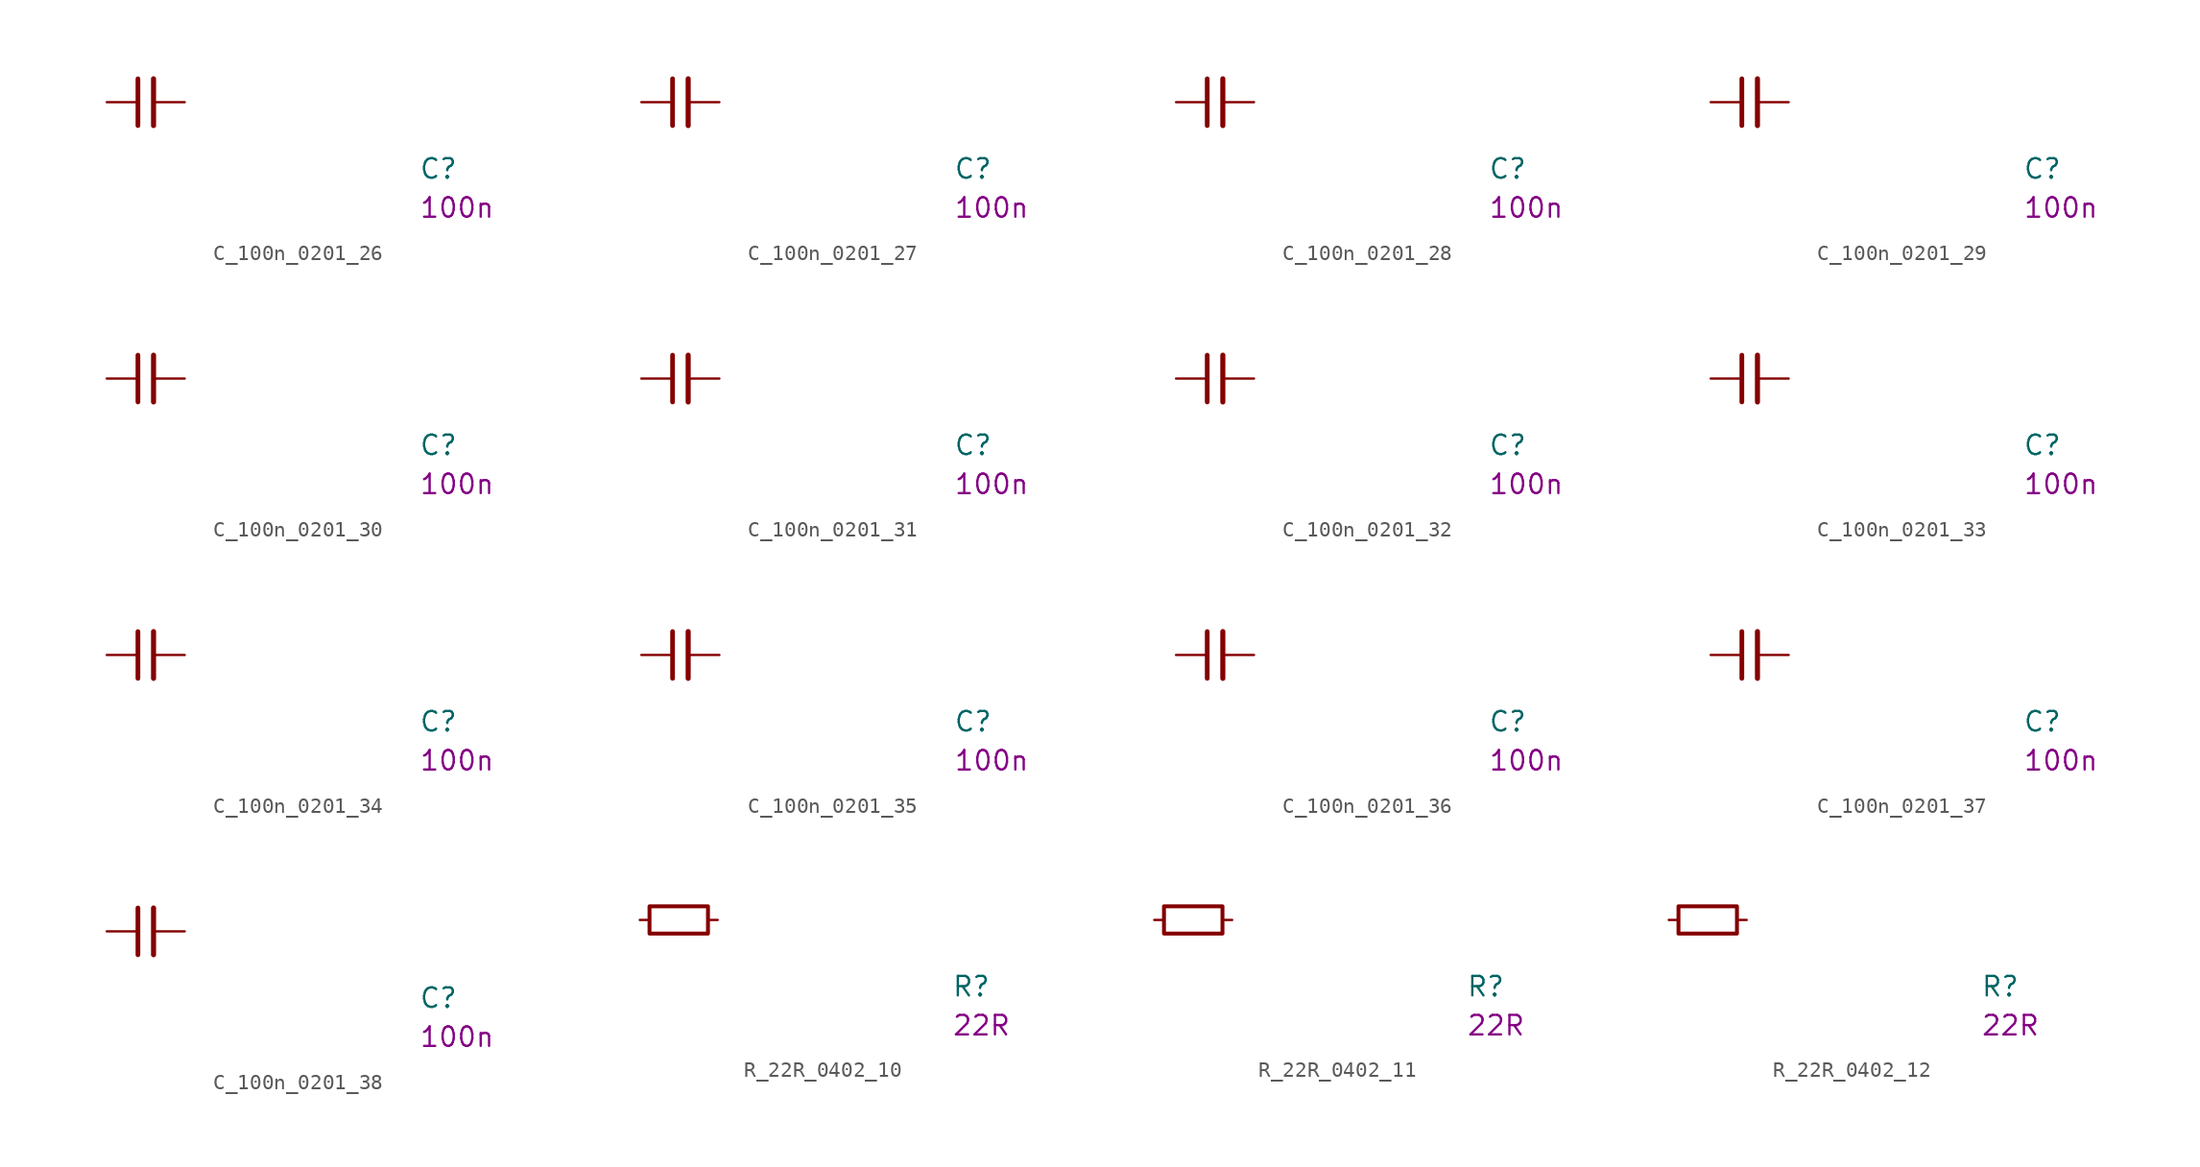
<source format=kicad_sym>
(kicad_symbol_lib
  (version 20211014)
  (generator kicad_symbol_editor)
  (symbol "data-center-rdimm-ddr5-tester:C_100n_0201_26"
    (pin_numbers hide)
    (pin_names hide)
    (property "Reference" "C"
      (at 20.32 -5.08 0)
      (effects (font (size 1.27 1.27) (thickness 0.15)) (justify left bottom)))
    (property "Val" "100n"
      (at 20.32 -7.62 0)
      (effects (font (size 1.27 1.27) (thickness 0.15)) (justify left bottom)))
    (symbol "C_100n_0201_26_0_1"
      (polyline (pts (xy 2.032 -1.524) (xy 2.032 1.524)) (stroke (width 0.305) (type default)) (fill (type none)))
      (polyline (pts (xy 3.048 -1.524) (xy 3.048 1.524)) (stroke (width 0.33) (type default)) (fill (type none))))
    (symbol "C_100n_0201_26_1_1"
      (pin passive line (at 0 0 0) (length 2.032) (name "~" (effects (font (size 1.27 1.27)))) (number "1" (effects (font (size 1.27 1.27)))))
      (pin passive line (at 5.08 0 180) (length 2.032) (name "~" (effects (font (size 1.27 1.27)))) (number "2" (effects (font (size 1.27 1.27)))))))
  (symbol "data-center-rdimm-ddr5-tester:C_100n_0201_27"
    (pin_numbers hide)
    (pin_names hide)
    (property "Reference" "C"
      (at 20.32 -5.08 0)
      (effects (font (size 1.27 1.27) (thickness 0.15)) (justify left bottom)))
    (property "Val" "100n"
      (at 20.32 -7.62 0)
      (effects (font (size 1.27 1.27) (thickness 0.15)) (justify left bottom)))
    (symbol "C_100n_0201_27_0_1"
      (polyline (pts (xy 2.032 -1.524) (xy 2.032 1.524)) (stroke (width 0.305) (type default)) (fill (type none)))
      (polyline (pts (xy 3.048 -1.524) (xy 3.048 1.524)) (stroke (width 0.33) (type default)) (fill (type none))))
    (symbol "C_100n_0201_27_1_1"
      (pin passive line (at 0 0 0) (length 2.032) (name "~" (effects (font (size 1.27 1.27)))) (number "1" (effects (font (size 1.27 1.27)))))
      (pin passive line (at 5.08 0 180) (length 2.032) (name "~" (effects (font (size 1.27 1.27)))) (number "2" (effects (font (size 1.27 1.27)))))))
  (symbol "data-center-rdimm-ddr5-tester:C_100n_0201_28"
    (pin_numbers hide)
    (pin_names hide)
    (property "Reference" "C"
      (at 20.32 -5.08 0)
      (effects (font (size 1.27 1.27) (thickness 0.15)) (justify left bottom)))
    (property "Val" "100n"
      (at 20.32 -7.62 0)
      (effects (font (size 1.27 1.27) (thickness 0.15)) (justify left bottom)))
    (symbol "C_100n_0201_28_0_1"
      (polyline (pts (xy 2.032 -1.524) (xy 2.032 1.524)) (stroke (width 0.305) (type default)) (fill (type none)))
      (polyline (pts (xy 3.048 -1.524) (xy 3.048 1.524)) (stroke (width 0.33) (type default)) (fill (type none))))
    (symbol "C_100n_0201_28_1_1"
      (pin passive line (at 0 0 0) (length 2.032) (name "~" (effects (font (size 1.27 1.27)))) (number "1" (effects (font (size 1.27 1.27)))))
      (pin passive line (at 5.08 0 180) (length 2.032) (name "~" (effects (font (size 1.27 1.27)))) (number "2" (effects (font (size 1.27 1.27)))))))
  (symbol "data-center-rdimm-ddr5-tester:C_100n_0201_29"
    (pin_numbers hide)
    (pin_names hide)
    (property "Reference" "C"
      (at 20.32 -5.08 0)
      (effects (font (size 1.27 1.27) (thickness 0.15)) (justify left bottom)))
    (property "Val" "100n"
      (at 20.32 -7.62 0)
      (effects (font (size 1.27 1.27) (thickness 0.15)) (justify left bottom)))
    (symbol "C_100n_0201_29_0_1"
      (polyline (pts (xy 2.032 -1.524) (xy 2.032 1.524)) (stroke (width 0.305) (type default)) (fill (type none)))
      (polyline (pts (xy 3.048 -1.524) (xy 3.048 1.524)) (stroke (width 0.33) (type default)) (fill (type none))))
    (symbol "C_100n_0201_29_1_1"
      (pin passive line (at 0 0 0) (length 2.032) (name "~" (effects (font (size 1.27 1.27)))) (number "1" (effects (font (size 1.27 1.27)))))
      (pin passive line (at 5.08 0 180) (length 2.032) (name "~" (effects (font (size 1.27 1.27)))) (number "2" (effects (font (size 1.27 1.27)))))))
  (symbol "data-center-rdimm-ddr5-tester:C_100n_0201_30"
    (pin_numbers hide)
    (pin_names hide)
    (property "Reference" "C"
      (at 20.32 -5.08 0)
      (effects (font (size 1.27 1.27) (thickness 0.15)) (justify left bottom)))
    (property "Val" "100n"
      (at 20.32 -7.62 0)
      (effects (font (size 1.27 1.27) (thickness 0.15)) (justify left bottom)))
    (symbol "C_100n_0201_30_0_1"
      (polyline (pts (xy 2.032 -1.524) (xy 2.032 1.524)) (stroke (width 0.305) (type default)) (fill (type none)))
      (polyline (pts (xy 3.048 -1.524) (xy 3.048 1.524)) (stroke (width 0.33) (type default)) (fill (type none))))
    (symbol "C_100n_0201_30_1_1"
      (pin passive line (at 0 0 0) (length 2.032) (name "~" (effects (font (size 1.27 1.27)))) (number "1" (effects (font (size 1.27 1.27)))))
      (pin passive line (at 5.08 0 180) (length 2.032) (name "~" (effects (font (size 1.27 1.27)))) (number "2" (effects (font (size 1.27 1.27)))))))
  (symbol "data-center-rdimm-ddr5-tester:C_100n_0201_31"
    (pin_numbers hide)
    (pin_names hide)
    (property "Reference" "C"
      (at 20.32 -5.08 0)
      (effects (font (size 1.27 1.27) (thickness 0.15)) (justify left bottom)))
    (property "Val" "100n"
      (at 20.32 -7.62 0)
      (effects (font (size 1.27 1.27) (thickness 0.15)) (justify left bottom)))
    (symbol "C_100n_0201_31_0_1"
      (polyline (pts (xy 2.032 -1.524) (xy 2.032 1.524)) (stroke (width 0.305) (type default)) (fill (type none)))
      (polyline (pts (xy 3.048 -1.524) (xy 3.048 1.524)) (stroke (width 0.33) (type default)) (fill (type none))))
    (symbol "C_100n_0201_31_1_1"
      (pin passive line (at 0 0 0) (length 2.032) (name "~" (effects (font (size 1.27 1.27)))) (number "1" (effects (font (size 1.27 1.27)))))
      (pin passive line (at 5.08 0 180) (length 2.032) (name "~" (effects (font (size 1.27 1.27)))) (number "2" (effects (font (size 1.27 1.27)))))))
  (symbol "data-center-rdimm-ddr5-tester:C_100n_0201_32"
    (pin_numbers hide)
    (pin_names hide)
    (property "Reference" "C"
      (at 20.32 -5.08 0)
      (effects (font (size 1.27 1.27) (thickness 0.15)) (justify left bottom)))
    (property "Val" "100n"
      (at 20.32 -7.62 0)
      (effects (font (size 1.27 1.27) (thickness 0.15)) (justify left bottom)))
    (symbol "C_100n_0201_32_0_1"
      (polyline (pts (xy 2.032 -1.524) (xy 2.032 1.524)) (stroke (width 0.305) (type default)) (fill (type none)))
      (polyline (pts (xy 3.048 -1.524) (xy 3.048 1.524)) (stroke (width 0.33) (type default)) (fill (type none))))
    (symbol "C_100n_0201_32_1_1"
      (pin passive line (at 0 0 0) (length 2.032) (name "~" (effects (font (size 1.27 1.27)))) (number "1" (effects (font (size 1.27 1.27)))))
      (pin passive line (at 5.08 0 180) (length 2.032) (name "~" (effects (font (size 1.27 1.27)))) (number "2" (effects (font (size 1.27 1.27)))))))
  (symbol "data-center-rdimm-ddr5-tester:C_100n_0201_33"
    (pin_numbers hide)
    (pin_names hide)
    (property "Reference" "C"
      (at 20.32 -5.08 0)
      (effects (font (size 1.27 1.27) (thickness 0.15)) (justify left bottom)))
    (property "Val" "100n"
      (at 20.32 -7.62 0)
      (effects (font (size 1.27 1.27) (thickness 0.15)) (justify left bottom)))
    (symbol "C_100n_0201_33_0_1"
      (polyline (pts (xy 2.032 -1.524) (xy 2.032 1.524)) (stroke (width 0.305) (type default)) (fill (type none)))
      (polyline (pts (xy 3.048 -1.524) (xy 3.048 1.524)) (stroke (width 0.33) (type default)) (fill (type none))))
    (symbol "C_100n_0201_33_1_1"
      (pin passive line (at 0 0 0) (length 2.032) (name "~" (effects (font (size 1.27 1.27)))) (number "1" (effects (font (size 1.27 1.27)))))
      (pin passive line (at 5.08 0 180) (length 2.032) (name "~" (effects (font (size 1.27 1.27)))) (number "2" (effects (font (size 1.27 1.27)))))))
  (symbol "data-center-rdimm-ddr5-tester:C_100n_0201_34"
    (pin_numbers hide)
    (pin_names hide)
    (property "Reference" "C"
      (at 20.32 -5.08 0)
      (effects (font (size 1.27 1.27) (thickness 0.15)) (justify left bottom)))
    (property "Val" "100n"
      (at 20.32 -7.62 0)
      (effects (font (size 1.27 1.27) (thickness 0.15)) (justify left bottom)))
    (symbol "C_100n_0201_34_0_1"
      (polyline (pts (xy 2.032 -1.524) (xy 2.032 1.524)) (stroke (width 0.305) (type default)) (fill (type none)))
      (polyline (pts (xy 3.048 -1.524) (xy 3.048 1.524)) (stroke (width 0.33) (type default)) (fill (type none))))
    (symbol "C_100n_0201_34_1_1"
      (pin passive line (at 0 0 0) (length 2.032) (name "~" (effects (font (size 1.27 1.27)))) (number "1" (effects (font (size 1.27 1.27)))))
      (pin passive line (at 5.08 0 180) (length 2.032) (name "~" (effects (font (size 1.27 1.27)))) (number "2" (effects (font (size 1.27 1.27)))))))
  (symbol "data-center-rdimm-ddr5-tester:C_100n_0201_35"
    (pin_numbers hide)
    (pin_names hide)
    (property "Reference" "C"
      (at 20.32 -5.08 0)
      (effects (font (size 1.27 1.27) (thickness 0.15)) (justify left bottom)))
    (property "Val" "100n"
      (at 20.32 -7.62 0)
      (effects (font (size 1.27 1.27) (thickness 0.15)) (justify left bottom)))
    (symbol "C_100n_0201_35_0_1"
      (polyline (pts (xy 2.032 -1.524) (xy 2.032 1.524)) (stroke (width 0.305) (type default)) (fill (type none)))
      (polyline (pts (xy 3.048 -1.524) (xy 3.048 1.524)) (stroke (width 0.33) (type default)) (fill (type none))))
    (symbol "C_100n_0201_35_1_1"
      (pin passive line (at 0 0 0) (length 2.032) (name "~" (effects (font (size 1.27 1.27)))) (number "1" (effects (font (size 1.27 1.27)))))
      (pin passive line (at 5.08 0 180) (length 2.032) (name "~" (effects (font (size 1.27 1.27)))) (number "2" (effects (font (size 1.27 1.27)))))))
  (symbol "data-center-rdimm-ddr5-tester:C_100n_0201_36"
    (pin_numbers hide)
    (pin_names hide)
    (property "Reference" "C"
      (at 20.32 -5.08 0)
      (effects (font (size 1.27 1.27) (thickness 0.15)) (justify left bottom)))
    (property "Val" "100n"
      (at 20.32 -7.62 0)
      (effects (font (size 1.27 1.27) (thickness 0.15)) (justify left bottom)))
    (symbol "C_100n_0201_36_0_1"
      (polyline (pts (xy 2.032 -1.524) (xy 2.032 1.524)) (stroke (width 0.305) (type default)) (fill (type none)))
      (polyline (pts (xy 3.048 -1.524) (xy 3.048 1.524)) (stroke (width 0.33) (type default)) (fill (type none))))
    (symbol "C_100n_0201_36_1_1"
      (pin passive line (at 0 0 0) (length 2.032) (name "~" (effects (font (size 1.27 1.27)))) (number "1" (effects (font (size 1.27 1.27)))))
      (pin passive line (at 5.08 0 180) (length 2.032) (name "~" (effects (font (size 1.27 1.27)))) (number "2" (effects (font (size 1.27 1.27)))))))
  (symbol "data-center-rdimm-ddr5-tester:C_100n_0201_37"
    (pin_numbers hide)
    (pin_names hide)
    (property "Reference" "C"
      (at 20.32 -5.08 0)
      (effects (font (size 1.27 1.27) (thickness 0.15)) (justify left bottom)))
    (property "Val" "100n"
      (at 20.32 -7.62 0)
      (effects (font (size 1.27 1.27) (thickness 0.15)) (justify left bottom)))
    (symbol "C_100n_0201_37_0_1"
      (polyline (pts (xy 2.032 -1.524) (xy 2.032 1.524)) (stroke (width 0.305) (type default)) (fill (type none)))
      (polyline (pts (xy 3.048 -1.524) (xy 3.048 1.524)) (stroke (width 0.33) (type default)) (fill (type none))))
    (symbol "C_100n_0201_37_1_1"
      (pin passive line (at 0 0 0) (length 2.032) (name "~" (effects (font (size 1.27 1.27)))) (number "1" (effects (font (size 1.27 1.27)))))
      (pin passive line (at 5.08 0 180) (length 2.032) (name "~" (effects (font (size 1.27 1.27)))) (number "2" (effects (font (size 1.27 1.27)))))))
  (symbol "data-center-rdimm-ddr5-tester:C_100n_0201_38"
    (pin_numbers hide)
    (pin_names hide)
    (property "Reference" "C"
      (at 20.32 -5.08 0)
      (effects (font (size 1.27 1.27) (thickness 0.15)) (justify left bottom)))
    (property "Val" "100n"
      (at 20.32 -7.62 0)
      (effects (font (size 1.27 1.27) (thickness 0.15)) (justify left bottom)))
    (symbol "C_100n_0201_38_0_1"
      (polyline (pts (xy 2.032 -1.524) (xy 2.032 1.524)) (stroke (width 0.305) (type default)) (fill (type none)))
      (polyline (pts (xy 3.048 -1.524) (xy 3.048 1.524)) (stroke (width 0.33) (type default)) (fill (type none))))
    (symbol "C_100n_0201_38_1_1"
      (pin passive line (at 0 0 0) (length 2.032) (name "~" (effects (font (size 1.27 1.27)))) (number "1" (effects (font (size 1.27 1.27)))))
      (pin passive line (at 5.08 0 180) (length 2.032) (name "~" (effects (font (size 1.27 1.27)))) (number "2" (effects (font (size 1.27 1.27)))))))
  (symbol "data-center-rdimm-ddr5-tester:R_22R_0402_10"
    (pin_numbers hide)
    (pin_names hide)
    (property "Reference" "R"
      (at 20.32 -5.08 0)
      (effects (font (size 1.27 1.27) (thickness 0.15)) (justify left bottom)))
    (property "Val" "22R"
      (at 20.32 -7.62 0)
      (effects (font (size 1.27 1.27) (thickness 0.15)) (justify left bottom)))
    (symbol "R_22R_0402_10_0_1"
      (rectangle (start 0.635 0.889) (end 4.445 -0.889) (stroke (width 0.254) (type default)) (fill (type none))))
    (symbol "R_22R_0402_10_1_1"
      (pin passive line (at 0 0 0) (length 0.635) (name "~" (effects (font (size 1.27 1.27)))) (number "1" (effects (font (size 1.27 1.27)))))
      (pin passive line (at 5.08 0 180) (length 0.635) (name "~" (effects (font (size 1.27 1.27)))) (number "2" (effects (font (size 1.27 1.27)))))))
  (symbol "data-center-rdimm-ddr5-tester:R_22R_0402_11"
    (pin_numbers hide)
    (pin_names hide)
    (property "Reference" "R"
      (at 20.32 -5.08 0)
      (effects (font (size 1.27 1.27) (thickness 0.15)) (justify left bottom)))
    (property "Val" "22R"
      (at 20.32 -7.62 0)
      (effects (font (size 1.27 1.27) (thickness 0.15)) (justify left bottom)))
    (symbol "R_22R_0402_11_0_1"
      (rectangle (start 0.635 0.889) (end 4.445 -0.889) (stroke (width 0.254) (type default)) (fill (type none))))
    (symbol "R_22R_0402_11_1_1"
      (pin passive line (at 0 0 0) (length 0.635) (name "~" (effects (font (size 1.27 1.27)))) (number "1" (effects (font (size 1.27 1.27)))))
      (pin passive line (at 5.08 0 180) (length 0.635) (name "~" (effects (font (size 1.27 1.27)))) (number "2" (effects (font (size 1.27 1.27)))))))
  (symbol "data-center-rdimm-ddr5-tester:R_22R_0402_12"
    (pin_numbers hide)
    (pin_names hide)
    (property "Reference" "R"
      (at 20.32 -5.08 0)
      (effects (font (size 1.27 1.27) (thickness 0.15)) (justify left bottom)))
    (property "Val" "22R"
      (at 20.32 -7.62 0)
      (effects (font (size 1.27 1.27) (thickness 0.15)) (justify left bottom)))
    (symbol "R_22R_0402_12_0_1"
      (rectangle (start 0.635 0.889) (end 4.445 -0.889) (stroke (width 0.254) (type default)) (fill (type none))))
    (symbol "R_22R_0402_12_1_1"
      (pin passive line (at 0 0 0) (length 0.635) (name "~" (effects (font (size 1.27 1.27)))) (number "1" (effects (font (size 1.27 1.27)))))
      (pin passive line (at 5.08 0 180) (length 0.635) (name "~" (effects (font (size 1.27 1.27)))) (number "2" (effects (font (size 1.27 1.27))))))))
</source>
